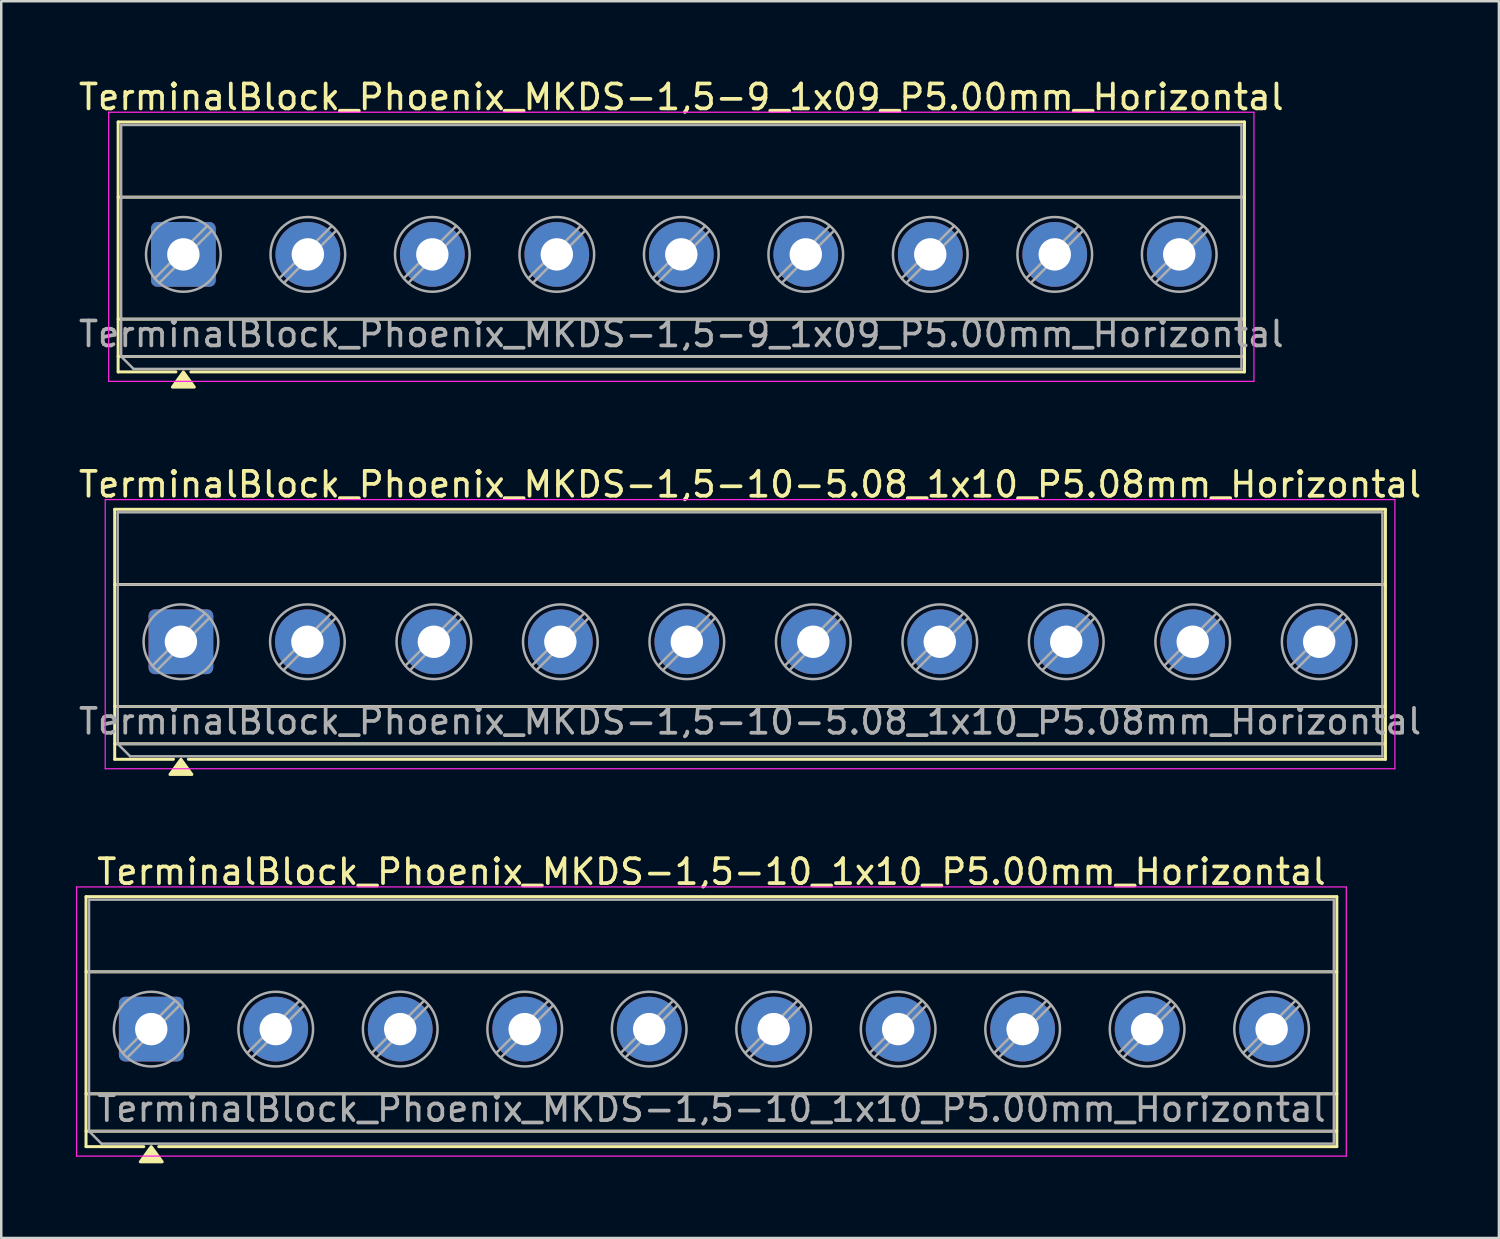
<source format=kicad_pcb>
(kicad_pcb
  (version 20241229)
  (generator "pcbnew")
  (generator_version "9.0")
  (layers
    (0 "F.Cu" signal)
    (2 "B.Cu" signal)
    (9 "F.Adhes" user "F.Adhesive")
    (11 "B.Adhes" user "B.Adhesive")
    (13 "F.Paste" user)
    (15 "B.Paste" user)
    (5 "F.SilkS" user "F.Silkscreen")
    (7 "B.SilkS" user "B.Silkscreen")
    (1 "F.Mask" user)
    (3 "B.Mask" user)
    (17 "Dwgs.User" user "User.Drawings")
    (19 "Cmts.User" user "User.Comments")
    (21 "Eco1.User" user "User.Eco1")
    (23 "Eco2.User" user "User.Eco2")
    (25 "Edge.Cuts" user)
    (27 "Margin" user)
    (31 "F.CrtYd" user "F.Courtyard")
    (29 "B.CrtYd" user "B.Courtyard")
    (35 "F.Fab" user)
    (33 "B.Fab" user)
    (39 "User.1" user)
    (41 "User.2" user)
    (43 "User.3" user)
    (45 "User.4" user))
  (footprint "TerminalBlock_Phoenix_MKDS-1,5-9_1x09_P5.00mm_Horizontal"
    (layer "F.Cu")
    (at 4.315 7.168)
    (property "Reference" "TerminalBlock_Phoenix_MKDS-1,5-9_1x09_P5.00mm_Horizontal" (at 20 -6.32 0) (layer "F.SilkS") (effects (font (size 1 1) (thickness 0.15))))
    (attr through_hole)
    (fp_line (start -2.62 -5.32) (end -2.62 4.72) (stroke (width 0.12) (type solid)) (layer "F.SilkS"))
    (fp_line (start -2.62 -5.32) (end 42.62 -5.32) (stroke (width 0.12) (type solid)) (layer "F.SilkS"))
    (fp_line (start -2.62 -2.3) (end 42.62 -2.3) (stroke (width 0.12) (type solid)) (layer "F.SilkS"))
    (fp_line (start -2.62 2.6) (end 42.62 2.6) (stroke (width 0.12) (type solid)) (layer "F.SilkS"))
    (fp_line (start -2.62 4.1) (end 42.62 4.1) (stroke (width 0.12) (type solid)) (layer "F.SilkS"))
    (fp_line (start -2.62 4.72) (end -0.3 4.72) (stroke (width 0.12) (type solid)) (layer "F.SilkS"))
    (fp_line (start 0.3 4.72) (end 42.62 4.72) (stroke (width 0.12) (type solid)) (layer "F.SilkS"))
    (fp_line (start 42.62 -5.32) (end 42.62 4.72) (stroke (width 0.12) (type solid)) (layer "F.SilkS"))
    (fp_poly (pts (xy 0 4.72) (xy 0.44 5.33) (xy -0.44 5.33)) (stroke (width 0.12) (type solid)) (fill yes) (layer "F.SilkS"))
    (fp_line (start -3 -5.71) (end -3 5.1) (stroke (width 0.05) (type solid)) (layer "F.CrtYd"))
    (fp_line (start -3 5.1) (end 43 5.1) (stroke (width 0.05) (type solid)) (layer "F.CrtYd"))
    (fp_line (start 43 -5.71) (end -3 -5.71) (stroke (width 0.05) (type solid)) (layer "F.CrtYd"))
    (fp_line (start 43 5.1) (end 43 -5.71) (stroke (width 0.05) (type solid)) (layer "F.CrtYd"))
    (fp_line (start -2.5 -5.2) (end 42.5 -5.2) (stroke (width 0.1) (type solid)) (layer "F.Fab"))
    (fp_line (start -2.5 -2.3) (end 42.5 -2.3) (stroke (width 0.1) (type solid)) (layer "F.Fab"))
    (fp_line (start -2.5 2.6) (end 42.5 2.6) (stroke (width 0.1) (type solid)) (layer "F.Fab"))
    (fp_line (start -2.5 4.1) (end -2.5 -5.2) (stroke (width 0.1) (type solid)) (layer "F.Fab"))
    (fp_line (start -2.5 4.1) (end 42.5 4.1) (stroke (width 0.1) (type solid)) (layer "F.Fab"))
    (fp_line (start -2 4.6) (end -2.5 4.1) (stroke (width 0.1) (type solid)) (layer "F.Fab"))
    (fp_line (start 0.955 -1.138) (end -1.138 0.954) (stroke (width 0.1) (type solid)) (layer "F.Fab"))
    (fp_line (start 1.138 -0.954) (end -0.955 1.137) (stroke (width 0.1) (type solid)) (layer "F.Fab"))
    (fp_line (start 5.955 -1.138) (end 3.862 0.954) (stroke (width 0.1) (type solid)) (layer "F.Fab"))
    (fp_line (start 6.138 -0.954) (end 4.045 1.137) (stroke (width 0.1) (type solid)) (layer "F.Fab"))
    (fp_line (start 10.955 -1.138) (end 8.862 0.954) (stroke (width 0.1) (type solid)) (layer "F.Fab"))
    (fp_line (start 11.138 -0.954) (end 9.045 1.137) (stroke (width 0.1) (type solid)) (layer "F.Fab"))
    (fp_line (start 15.955 -1.138) (end 13.862 0.954) (stroke (width 0.1) (type solid)) (layer "F.Fab"))
    (fp_line (start 16.138 -0.954) (end 14.045 1.137) (stroke (width 0.1) (type solid)) (layer "F.Fab"))
    (fp_line (start 20.955 -1.138) (end 18.862 0.954) (stroke (width 0.1) (type solid)) (layer "F.Fab"))
    (fp_line (start 21.138 -0.954) (end 19.045 1.137) (stroke (width 0.1) (type solid)) (layer "F.Fab"))
    (fp_line (start 25.955 -1.138) (end 23.862 0.954) (stroke (width 0.1) (type solid)) (layer "F.Fab"))
    (fp_line (start 26.138 -0.954) (end 24.045 1.137) (stroke (width 0.1) (type solid)) (layer "F.Fab"))
    (fp_line (start 30.955 -1.138) (end 28.862 0.954) (stroke (width 0.1) (type solid)) (layer "F.Fab"))
    (fp_line (start 31.138 -0.954) (end 29.045 1.137) (stroke (width 0.1) (type solid)) (layer "F.Fab"))
    (fp_line (start 35.955 -1.138) (end 33.862 0.954) (stroke (width 0.1) (type solid)) (layer "F.Fab"))
    (fp_line (start 36.138 -0.954) (end 34.045 1.137) (stroke (width 0.1) (type solid)) (layer "F.Fab"))
    (fp_line (start 40.955 -1.138) (end 38.862 0.954) (stroke (width 0.1) (type solid)) (layer "F.Fab"))
    (fp_line (start 41.138 -0.954) (end 39.045 1.137) (stroke (width 0.1) (type solid)) (layer "F.Fab"))
    (fp_line (start 42.5 -5.2) (end 42.5 4.6) (stroke (width 0.1) (type solid)) (layer "F.Fab"))
    (fp_line (start 42.5 4.6) (end -2 4.6) (stroke (width 0.1) (type solid)) (layer "F.Fab"))
    (fp_circle (center 0 0) (end 1.5 0) (stroke (width 0.1) (type solid)) (fill no) (layer "F.Fab"))
    (fp_circle (center 5 0) (end 6.5 0) (stroke (width 0.1) (type solid)) (fill no) (layer "F.Fab"))
    (fp_circle (center 10 0) (end 11.5 0) (stroke (width 0.1) (type solid)) (fill no) (layer "F.Fab"))
    (fp_circle (center 15 0) (end 16.5 0) (stroke (width 0.1) (type solid)) (fill no) (layer "F.Fab"))
    (fp_circle (center 20 0) (end 21.5 0) (stroke (width 0.1) (type solid)) (fill no) (layer "F.Fab"))
    (fp_circle (center 25 0) (end 26.5 0) (stroke (width 0.1) (type solid)) (fill no) (layer "F.Fab"))
    (fp_circle (center 30 0) (end 31.5 0) (stroke (width 0.1) (type solid)) (fill no) (layer "F.Fab"))
    (fp_circle (center 35 0) (end 36.5 0) (stroke (width 0.1) (type solid)) (fill no) (layer "F.Fab"))
    (fp_circle (center 40 0) (end 41.5 0) (stroke (width 0.1) (type solid)) (fill no) (layer "F.Fab"))
    (fp_text user "${REFERENCE}" (at 20 3.2 0) (layer "F.Fab") (effects (font (size 1 1) (thickness 0.15))))
    (pad "1" thru_hole roundrect (at 0 0) (size 2.6 2.6) (drill 1.3) (layers "*.Cu" "*.Mask") (roundrect_rratio 0.096))
    (pad "2" thru_hole circle (at 5 0) (size 2.6 2.6) (drill 1.3) (layers "*.Cu" "*.Mask"))
    (pad "3" thru_hole circle (at 10 0) (size 2.6 2.6) (drill 1.3) (layers "*.Cu" "*.Mask"))
    (pad "4" thru_hole circle (at 15 0) (size 2.6 2.6) (drill 1.3) (layers "*.Cu" "*.Mask"))
    (pad "5" thru_hole circle (at 20 0) (size 2.6 2.6) (drill 1.3) (layers "*.Cu" "*.Mask"))
    (pad "6" thru_hole circle (at 25 0) (size 2.6 2.6) (drill 1.3) (layers "*.Cu" "*.Mask"))
    (pad "7" thru_hole circle (at 30 0) (size 2.6 2.6) (drill 1.3) (layers "*.Cu" "*.Mask"))
    (pad "8" thru_hole circle (at 35 0) (size 2.6 2.6) (drill 1.3) (layers "*.Cu" "*.Mask"))
    (pad "9" thru_hole circle (at 40 0) (size 2.6 2.6) (drill 1.3) (layers "*.Cu" "*.Mask")))
  (footprint "TerminalBlock_Phoenix_MKDS-1,5-10-5.08_1x10_P5.08mm_Horizontal"
    (layer "F.Cu")
    (at 4.217 22.727)
    (property "Reference" "TerminalBlock_Phoenix_MKDS-1,5-10-5.08_1x10_P5.08mm_Horizontal" (at 22.86 -6.32 0) (layer "F.SilkS") (effects (font (size 1 1) (thickness 0.15))))
    (attr through_hole)
    (fp_line (start -2.66 -5.32) (end -2.66 4.72) (stroke (width 0.12) (type solid)) (layer "F.SilkS"))
    (fp_line (start -2.66 -5.32) (end 48.38 -5.32) (stroke (width 0.12) (type solid)) (layer "F.SilkS"))
    (fp_line (start -2.66 -2.3) (end 48.38 -2.3) (stroke (width 0.12) (type solid)) (layer "F.SilkS"))
    (fp_line (start -2.66 2.6) (end 48.38 2.6) (stroke (width 0.12) (type solid)) (layer "F.SilkS"))
    (fp_line (start -2.66 4.1) (end 48.38 4.1) (stroke (width 0.12) (type solid)) (layer "F.SilkS"))
    (fp_line (start -2.66 4.72) (end -0.3 4.72) (stroke (width 0.12) (type solid)) (layer "F.SilkS"))
    (fp_line (start 0.3 4.72) (end 48.38 4.72) (stroke (width 0.12) (type solid)) (layer "F.SilkS"))
    (fp_line (start 48.38 -5.32) (end 48.38 4.72) (stroke (width 0.12) (type solid)) (layer "F.SilkS"))
    (fp_poly (pts (xy 0 4.72) (xy 0.44 5.33) (xy -0.44 5.33)) (stroke (width 0.12) (type solid)) (fill yes) (layer "F.SilkS"))
    (fp_line (start -3.04 -5.71) (end -3.04 5.1) (stroke (width 0.05) (type solid)) (layer "F.CrtYd"))
    (fp_line (start -3.04 5.1) (end 48.76 5.1) (stroke (width 0.05) (type solid)) (layer "F.CrtYd"))
    (fp_line (start 48.76 -5.71) (end -3.04 -5.71) (stroke (width 0.05) (type solid)) (layer "F.CrtYd"))
    (fp_line (start 48.76 5.1) (end 48.76 -5.71) (stroke (width 0.05) (type solid)) (layer "F.CrtYd"))
    (fp_line (start -2.54 -5.2) (end 48.26 -5.2) (stroke (width 0.1) (type solid)) (layer "F.Fab"))
    (fp_line (start -2.54 -2.3) (end 48.26 -2.3) (stroke (width 0.1) (type solid)) (layer "F.Fab"))
    (fp_line (start -2.54 2.6) (end 48.26 2.6) (stroke (width 0.1) (type solid)) (layer "F.Fab"))
    (fp_line (start -2.54 4.1) (end -2.54 -5.2) (stroke (width 0.1) (type solid)) (layer "F.Fab"))
    (fp_line (start -2.54 4.1) (end 48.26 4.1) (stroke (width 0.1) (type solid)) (layer "F.Fab"))
    (fp_line (start -2.04 4.6) (end -2.54 4.1) (stroke (width 0.1) (type solid)) (layer "F.Fab"))
    (fp_line (start 0.955 -1.138) (end -1.138 0.954) (stroke (width 0.1) (type solid)) (layer "F.Fab"))
    (fp_line (start 1.138 -0.954) (end -0.955 1.137) (stroke (width 0.1) (type solid)) (layer "F.Fab"))
    (fp_line (start 6.035 -1.138) (end 3.942 0.954) (stroke (width 0.1) (type solid)) (layer "F.Fab"))
    (fp_line (start 6.218 -0.954) (end 4.125 1.137) (stroke (width 0.1) (type solid)) (layer "F.Fab"))
    (fp_line (start 11.115 -1.138) (end 9.022 0.954) (stroke (width 0.1) (type solid)) (layer "F.Fab"))
    (fp_line (start 11.298 -0.954) (end 9.205 1.137) (stroke (width 0.1) (type solid)) (layer "F.Fab"))
    (fp_line (start 16.195 -1.138) (end 14.102 0.954) (stroke (width 0.1) (type solid)) (layer "F.Fab"))
    (fp_line (start 16.378 -0.954) (end 14.285 1.137) (stroke (width 0.1) (type solid)) (layer "F.Fab"))
    (fp_line (start 21.275 -1.138) (end 19.182 0.954) (stroke (width 0.1) (type solid)) (layer "F.Fab"))
    (fp_line (start 21.458 -0.954) (end 19.365 1.137) (stroke (width 0.1) (type solid)) (layer "F.Fab"))
    (fp_line (start 26.355 -1.138) (end 24.262 0.954) (stroke (width 0.1) (type solid)) (layer "F.Fab"))
    (fp_line (start 26.538 -0.954) (end 24.445 1.137) (stroke (width 0.1) (type solid)) (layer "F.Fab"))
    (fp_line (start 31.435 -1.138) (end 29.342 0.954) (stroke (width 0.1) (type solid)) (layer "F.Fab"))
    (fp_line (start 31.618 -0.954) (end 29.525 1.137) (stroke (width 0.1) (type solid)) (layer "F.Fab"))
    (fp_line (start 36.515 -1.138) (end 34.422 0.954) (stroke (width 0.1) (type solid)) (layer "F.Fab"))
    (fp_line (start 36.698 -0.954) (end 34.605 1.137) (stroke (width 0.1) (type solid)) (layer "F.Fab"))
    (fp_line (start 41.595 -1.138) (end 39.502 0.954) (stroke (width 0.1) (type solid)) (layer "F.Fab"))
    (fp_line (start 41.778 -0.954) (end 39.685 1.137) (stroke (width 0.1) (type solid)) (layer "F.Fab"))
    (fp_line (start 46.675 -1.138) (end 44.582 0.954) (stroke (width 0.1) (type solid)) (layer "F.Fab"))
    (fp_line (start 46.858 -0.954) (end 44.765 1.137) (stroke (width 0.1) (type solid)) (layer "F.Fab"))
    (fp_line (start 48.26 -5.2) (end 48.26 4.6) (stroke (width 0.1) (type solid)) (layer "F.Fab"))
    (fp_line (start 48.26 4.6) (end -2.04 4.6) (stroke (width 0.1) (type solid)) (layer "F.Fab"))
    (fp_circle (center 0 0) (end 1.5 0) (stroke (width 0.1) (type solid)) (fill no) (layer "F.Fab"))
    (fp_circle (center 5.08 0) (end 6.58 0) (stroke (width 0.1) (type solid)) (fill no) (layer "F.Fab"))
    (fp_circle (center 10.16 0) (end 11.66 0) (stroke (width 0.1) (type solid)) (fill no) (layer "F.Fab"))
    (fp_circle (center 15.24 0) (end 16.74 0) (stroke (width 0.1) (type solid)) (fill no) (layer "F.Fab"))
    (fp_circle (center 20.32 0) (end 21.82 0) (stroke (width 0.1) (type solid)) (fill no) (layer "F.Fab"))
    (fp_circle (center 25.4 0) (end 26.9 0) (stroke (width 0.1) (type solid)) (fill no) (layer "F.Fab"))
    (fp_circle (center 30.48 0) (end 31.98 0) (stroke (width 0.1) (type solid)) (fill no) (layer "F.Fab"))
    (fp_circle (center 35.56 0) (end 37.06 0) (stroke (width 0.1) (type solid)) (fill no) (layer "F.Fab"))
    (fp_circle (center 40.64 0) (end 42.14 0) (stroke (width 0.1) (type solid)) (fill no) (layer "F.Fab"))
    (fp_circle (center 45.72 0) (end 47.22 0) (stroke (width 0.1) (type solid)) (fill no) (layer "F.Fab"))
    (fp_text user "${REFERENCE}" (at 22.86 3.2 0) (layer "F.Fab") (effects (font (size 1 1) (thickness 0.15))))
    (pad "1" thru_hole roundrect (at 0 0) (size 2.6 2.6) (drill 1.3) (layers "*.Cu" "*.Mask") (roundrect_rratio 0.096))
    (pad "2" thru_hole circle (at 5.08 0) (size 2.6 2.6) (drill 1.3) (layers "*.Cu" "*.Mask"))
    (pad "3" thru_hole circle (at 10.16 0) (size 2.6 2.6) (drill 1.3) (layers "*.Cu" "*.Mask"))
    (pad "4" thru_hole circle (at 15.24 0) (size 2.6 2.6) (drill 1.3) (layers "*.Cu" "*.Mask"))
    (pad "5" thru_hole circle (at 20.32 0) (size 2.6 2.6) (drill 1.3) (layers "*.Cu" "*.Mask"))
    (pad "6" thru_hole circle (at 25.4 0) (size 2.6 2.6) (drill 1.3) (layers "*.Cu" "*.Mask"))
    (pad "7" thru_hole circle (at 30.48 0) (size 2.6 2.6) (drill 1.3) (layers "*.Cu" "*.Mask"))
    (pad "8" thru_hole circle (at 35.56 0) (size 2.6 2.6) (drill 1.3) (layers "*.Cu" "*.Mask"))
    (pad "9" thru_hole circle (at 40.64 0) (size 2.6 2.6) (drill 1.3) (layers "*.Cu" "*.Mask"))
    (pad "10" thru_hole circle (at 45.72 0) (size 2.6 2.6) (drill 1.3) (layers "*.Cu" "*.Mask")))
  (footprint "TerminalBlock_Phoenix_MKDS-1,5-10_1x10_P5.00mm_Horizontal"
    (layer "F.Cu")
    (at 3.025 38.285)
    (property "Reference" "TerminalBlock_Phoenix_MKDS-1,5-10_1x10_P5.00mm_Horizontal" (at 22.5 -6.32 0) (layer "F.SilkS") (effects (font (size 1 1) (thickness 0.15))))
    (attr through_hole)
    (fp_line (start -2.62 -5.32) (end -2.62 4.72) (stroke (width 0.12) (type solid)) (layer "F.SilkS"))
    (fp_line (start -2.62 -5.32) (end 47.62 -5.32) (stroke (width 0.12) (type solid)) (layer "F.SilkS"))
    (fp_line (start -2.62 -2.3) (end 47.62 -2.3) (stroke (width 0.12) (type solid)) (layer "F.SilkS"))
    (fp_line (start -2.62 2.6) (end 47.62 2.6) (stroke (width 0.12) (type solid)) (layer "F.SilkS"))
    (fp_line (start -2.62 4.1) (end 47.62 4.1) (stroke (width 0.12) (type solid)) (layer "F.SilkS"))
    (fp_line (start -2.62 4.72) (end -0.3 4.72) (stroke (width 0.12) (type solid)) (layer "F.SilkS"))
    (fp_line (start 0.3 4.72) (end 47.62 4.72) (stroke (width 0.12) (type solid)) (layer "F.SilkS"))
    (fp_line (start 47.62 -5.32) (end 47.62 4.72) (stroke (width 0.12) (type solid)) (layer "F.SilkS"))
    (fp_poly (pts (xy 0 4.72) (xy 0.44 5.33) (xy -0.44 5.33)) (stroke (width 0.12) (type solid)) (fill yes) (layer "F.SilkS"))
    (fp_line (start -3 -5.71) (end -3 5.1) (stroke (width 0.05) (type solid)) (layer "F.CrtYd"))
    (fp_line (start -3 5.1) (end 48 5.1) (stroke (width 0.05) (type solid)) (layer "F.CrtYd"))
    (fp_line (start 48 -5.71) (end -3 -5.71) (stroke (width 0.05) (type solid)) (layer "F.CrtYd"))
    (fp_line (start 48 5.1) (end 48 -5.71) (stroke (width 0.05) (type solid)) (layer "F.CrtYd"))
    (fp_line (start -2.5 -5.2) (end 47.5 -5.2) (stroke (width 0.1) (type solid)) (layer "F.Fab"))
    (fp_line (start -2.5 -2.3) (end 47.5 -2.3) (stroke (width 0.1) (type solid)) (layer "F.Fab"))
    (fp_line (start -2.5 2.6) (end 47.5 2.6) (stroke (width 0.1) (type solid)) (layer "F.Fab"))
    (fp_line (start -2.5 4.1) (end -2.5 -5.2) (stroke (width 0.1) (type solid)) (layer "F.Fab"))
    (fp_line (start -2.5 4.1) (end 47.5 4.1) (stroke (width 0.1) (type solid)) (layer "F.Fab"))
    (fp_line (start -2 4.6) (end -2.5 4.1) (stroke (width 0.1) (type solid)) (layer "F.Fab"))
    (fp_line (start 0.955 -1.138) (end -1.138 0.954) (stroke (width 0.1) (type solid)) (layer "F.Fab"))
    (fp_line (start 1.138 -0.954) (end -0.955 1.137) (stroke (width 0.1) (type solid)) (layer "F.Fab"))
    (fp_line (start 5.955 -1.138) (end 3.862 0.954) (stroke (width 0.1) (type solid)) (layer "F.Fab"))
    (fp_line (start 6.138 -0.954) (end 4.045 1.137) (stroke (width 0.1) (type solid)) (layer "F.Fab"))
    (fp_line (start 10.955 -1.138) (end 8.862 0.954) (stroke (width 0.1) (type solid)) (layer "F.Fab"))
    (fp_line (start 11.138 -0.954) (end 9.045 1.137) (stroke (width 0.1) (type solid)) (layer "F.Fab"))
    (fp_line (start 15.955 -1.138) (end 13.862 0.954) (stroke (width 0.1) (type solid)) (layer "F.Fab"))
    (fp_line (start 16.138 -0.954) (end 14.045 1.137) (stroke (width 0.1) (type solid)) (layer "F.Fab"))
    (fp_line (start 20.955 -1.138) (end 18.862 0.954) (stroke (width 0.1) (type solid)) (layer "F.Fab"))
    (fp_line (start 21.138 -0.954) (end 19.045 1.137) (stroke (width 0.1) (type solid)) (layer "F.Fab"))
    (fp_line (start 25.955 -1.138) (end 23.862 0.954) (stroke (width 0.1) (type solid)) (layer "F.Fab"))
    (fp_line (start 26.138 -0.954) (end 24.045 1.137) (stroke (width 0.1) (type solid)) (layer "F.Fab"))
    (fp_line (start 30.955 -1.138) (end 28.862 0.954) (stroke (width 0.1) (type solid)) (layer "F.Fab"))
    (fp_line (start 31.138 -0.954) (end 29.045 1.137) (stroke (width 0.1) (type solid)) (layer "F.Fab"))
    (fp_line (start 35.955 -1.138) (end 33.862 0.954) (stroke (width 0.1) (type solid)) (layer "F.Fab"))
    (fp_line (start 36.138 -0.954) (end 34.045 1.137) (stroke (width 0.1) (type solid)) (layer "F.Fab"))
    (fp_line (start 40.955 -1.138) (end 38.862 0.954) (stroke (width 0.1) (type solid)) (layer "F.Fab"))
    (fp_line (start 41.138 -0.954) (end 39.045 1.137) (stroke (width 0.1) (type solid)) (layer "F.Fab"))
    (fp_line (start 45.955 -1.138) (end 43.862 0.954) (stroke (width 0.1) (type solid)) (layer "F.Fab"))
    (fp_line (start 46.138 -0.954) (end 44.045 1.137) (stroke (width 0.1) (type solid)) (layer "F.Fab"))
    (fp_line (start 47.5 -5.2) (end 47.5 4.6) (stroke (width 0.1) (type solid)) (layer "F.Fab"))
    (fp_line (start 47.5 4.6) (end -2 4.6) (stroke (width 0.1) (type solid)) (layer "F.Fab"))
    (fp_circle (center 0 0) (end 1.5 0) (stroke (width 0.1) (type solid)) (fill no) (layer "F.Fab"))
    (fp_circle (center 5 0) (end 6.5 0) (stroke (width 0.1) (type solid)) (fill no) (layer "F.Fab"))
    (fp_circle (center 10 0) (end 11.5 0) (stroke (width 0.1) (type solid)) (fill no) (layer "F.Fab"))
    (fp_circle (center 15 0) (end 16.5 0) (stroke (width 0.1) (type solid)) (fill no) (layer "F.Fab"))
    (fp_circle (center 20 0) (end 21.5 0) (stroke (width 0.1) (type solid)) (fill no) (layer "F.Fab"))
    (fp_circle (center 25 0) (end 26.5 0) (stroke (width 0.1) (type solid)) (fill no) (layer "F.Fab"))
    (fp_circle (center 30 0) (end 31.5 0) (stroke (width 0.1) (type solid)) (fill no) (layer "F.Fab"))
    (fp_circle (center 35 0) (end 36.5 0) (stroke (width 0.1) (type solid)) (fill no) (layer "F.Fab"))
    (fp_circle (center 40 0) (end 41.5 0) (stroke (width 0.1) (type solid)) (fill no) (layer "F.Fab"))
    (fp_circle (center 45 0) (end 46.5 0) (stroke (width 0.1) (type solid)) (fill no) (layer "F.Fab"))
    (fp_text user "${REFERENCE}" (at 22.5 3.2 0) (layer "F.Fab") (effects (font (size 1 1) (thickness 0.15))))
    (pad "1" thru_hole roundrect (at 0 0) (size 2.6 2.6) (drill 1.3) (layers "*.Cu" "*.Mask") (roundrect_rratio 0.096))
    (pad "2" thru_hole circle (at 5 0) (size 2.6 2.6) (drill 1.3) (layers "*.Cu" "*.Mask"))
    (pad "3" thru_hole circle (at 10 0) (size 2.6 2.6) (drill 1.3) (layers "*.Cu" "*.Mask"))
    (pad "4" thru_hole circle (at 15 0) (size 2.6 2.6) (drill 1.3) (layers "*.Cu" "*.Mask"))
    (pad "5" thru_hole circle (at 20 0) (size 2.6 2.6) (drill 1.3) (layers "*.Cu" "*.Mask"))
    (pad "6" thru_hole circle (at 25 0) (size 2.6 2.6) (drill 1.3) (layers "*.Cu" "*.Mask"))
    (pad "7" thru_hole circle (at 30 0) (size 2.6 2.6) (drill 1.3) (layers "*.Cu" "*.Mask"))
    (pad "8" thru_hole circle (at 35 0) (size 2.6 2.6) (drill 1.3) (layers "*.Cu" "*.Mask"))
    (pad "9" thru_hole circle (at 40 0) (size 2.6 2.6) (drill 1.3) (layers "*.Cu" "*.Mask"))
    (pad "10" thru_hole circle (at 45 0) (size 2.6 2.6) (drill 1.3) (layers "*.Cu" "*.Mask")))
  (gr_rect
    (start -3 -3)
    (end 57.155 46.675)
    (stroke (width 0.1) (type default))
    (fill no)
    (layer "Edge.Cuts")))
</source>
